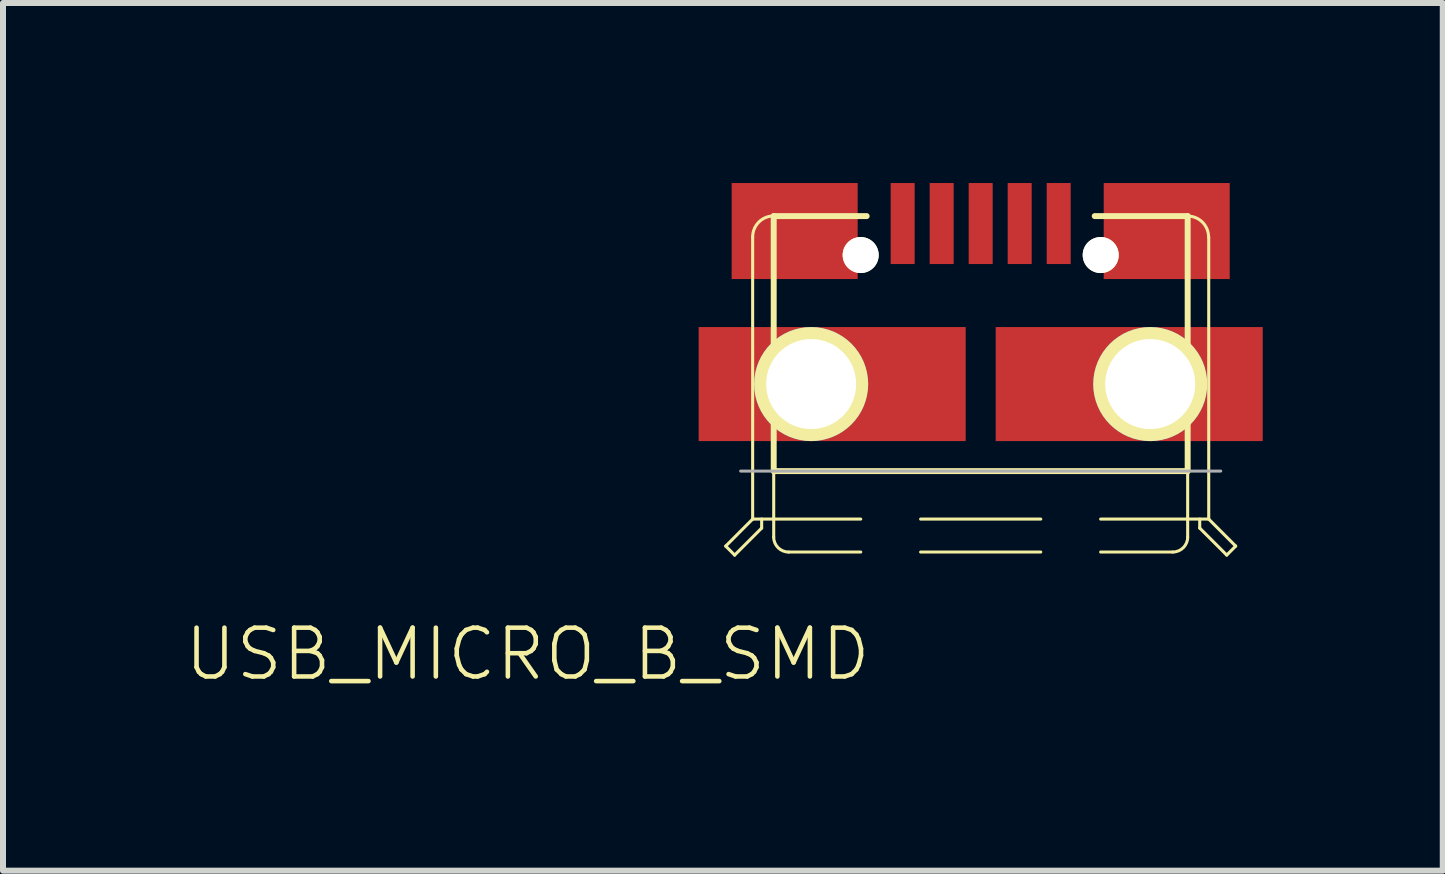
<source format=kicad_pcb>
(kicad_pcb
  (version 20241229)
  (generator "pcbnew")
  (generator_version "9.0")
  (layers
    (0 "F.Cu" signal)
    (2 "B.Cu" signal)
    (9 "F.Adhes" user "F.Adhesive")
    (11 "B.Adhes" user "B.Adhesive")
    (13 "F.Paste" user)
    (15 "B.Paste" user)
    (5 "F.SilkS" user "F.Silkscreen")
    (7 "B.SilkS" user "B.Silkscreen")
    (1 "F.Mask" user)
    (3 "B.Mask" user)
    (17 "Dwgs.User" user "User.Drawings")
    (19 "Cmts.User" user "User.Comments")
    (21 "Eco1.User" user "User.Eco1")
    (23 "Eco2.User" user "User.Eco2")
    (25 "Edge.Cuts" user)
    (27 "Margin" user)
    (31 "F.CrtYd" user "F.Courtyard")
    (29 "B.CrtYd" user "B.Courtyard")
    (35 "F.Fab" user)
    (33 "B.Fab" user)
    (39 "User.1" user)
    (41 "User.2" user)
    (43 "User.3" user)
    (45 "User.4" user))
  (footprint "USB_MICRO_B_SMD"
    (layer "F.Cu")
    (at 13.292 3.35)
    (property "Reference" "USB_MICRO_B_SMD" (at -7.55 4.5 0) (layer "F.SilkS") (effects (font (size 0.813 0.813) (thickness 0.076))))
    (attr through_hole)
    (fp_line (start -4.249 2.7) (end -4.1 2.85) (stroke (width 0.051) (type solid)) (layer "F.SilkS"))
    (fp_line (start -4.1 2.85) (end -3.65 2.4) (stroke (width 0.051) (type solid)) (layer "F.SilkS"))
    (fp_line (start -3.8 -2.451) (end -3.8 2.25) (stroke (width 0.051) (type solid)) (layer "F.SilkS"))
    (fp_line (start -3.8 2.25) (end -4.249 2.7) (stroke (width 0.051) (type solid)) (layer "F.SilkS"))
    (fp_line (start -3.8 2.25) (end -1.999 2.25) (stroke (width 0.051) (type solid)) (layer "F.SilkS"))
    (fp_line (start -3.65 2.4) (end -3.65 2.25) (stroke (width 0.051) (type solid)) (layer "F.SilkS"))
    (fp_line (start -3.449 -2.799) (end -1.9 -2.799) (stroke (width 0.099) (type solid)) (layer "F.SilkS"))
    (fp_line (start -3.449 1.45) (end -3.449 -2.799) (stroke (width 0.099) (type solid)) (layer "F.SilkS"))
    (fp_line (start -3.449 1.45) (end -3.449 2.55) (stroke (width 0.051) (type solid)) (layer "F.SilkS"))
    (fp_line (start -3.449 1.45) (end 3.449 1.45) (stroke (width 0.099) (type solid)) (layer "F.SilkS"))
    (fp_line (start -3.2 2.799) (end -1.999 2.799) (stroke (width 0.051) (type solid)) (layer "F.SilkS"))
    (fp_line (start -1.001 2.25) (end 1.001 2.25) (stroke (width 0.051) (type solid)) (layer "F.SilkS"))
    (fp_line (start -1.001 2.799) (end 1.001 2.799) (stroke (width 0.051) (type solid)) (layer "F.SilkS"))
    (fp_line (start 1.999 2.25) (end 3.8 2.25) (stroke (width 0.051) (type solid)) (layer "F.SilkS"))
    (fp_line (start 1.999 2.799) (end 3.2 2.799) (stroke (width 0.051) (type solid)) (layer "F.SilkS"))
    (fp_line (start 3.449 -2.799) (end 1.9 -2.799) (stroke (width 0.099) (type solid)) (layer "F.SilkS"))
    (fp_line (start 3.449 1.45) (end 3.449 -2.799) (stroke (width 0.099) (type solid)) (layer "F.SilkS"))
    (fp_line (start 3.449 1.45) (end 3.449 2.55) (stroke (width 0.051) (type solid)) (layer "F.SilkS"))
    (fp_line (start 3.65 2.4) (end 3.65 2.25) (stroke (width 0.051) (type solid)) (layer "F.SilkS"))
    (fp_line (start 3.8 -2.451) (end 3.8 2.25) (stroke (width 0.051) (type solid)) (layer "F.SilkS"))
    (fp_line (start 3.8 2.25) (end 4.249 2.7) (stroke (width 0.051) (type solid)) (layer "F.SilkS"))
    (fp_line (start 4.1 2.85) (end 3.65 2.4) (stroke (width 0.051) (type solid)) (layer "F.SilkS"))
    (fp_line (start 4.1 2.85) (end 4.249 2.7) (stroke (width 0.051) (type solid)) (layer "F.SilkS"))
    (fp_arc (start -3.79984 -2.4511) (mid -3.697175 -2.698955) (end -3.44932 -2.80162) (stroke (width 0.0508) (type solid)) (layer "F.SilkS"))
    (fp_arc (start -3.2004 2.79908) (mid -3.376413 2.726173) (end -3.44932 2.55016) (stroke (width 0.0508) (type solid)) (layer "F.SilkS"))
    (fp_arc (start 3.44932 -2.79908) (mid 3.695379 -2.697159) (end 3.7973 -2.4511) (stroke (width 0.0508) (type solid)) (layer "F.SilkS"))
    (fp_arc (start 3.44932 2.55016) (mid 3.376413 2.726173) (end 3.2004 2.79908) (stroke (width 0.0508) (type solid)) (layer "F.SilkS"))
    (fp_line (start -4 1.45) (end 4 1.45) (stroke (width 0.05) (type solid)) (layer "F.Fab"))
    (pad "" thru_hole circle (at -2.825 0) (size 1.9 1.9) (drill 1.5) (layers "*.Cu" "*.Mask" "F.SilkS"))
    (pad "" np_thru_hole circle (at -2 -2.15) (size 0.6 0.6) (drill 0.6) (layers "*.Cu" "*.Mask" "F.SilkS"))
    (pad "" smd rect (at -1.6 0) (size 2.7 1.9) (layers "F.Cu" "F.Mask" "F.Paste"))
    (pad "" smd rect (at 1.6 0) (size 2.7 1.9) (layers "F.Cu" "F.Mask" "F.Paste"))
    (pad "" np_thru_hole circle (at 2 -2.15) (size 0.6 0.6) (drill 0.6) (layers "*.Cu" "*.Mask" "F.SilkS"))
    (pad "" thru_hole circle (at 2.825 0) (size 1.9 1.9) (drill 1.5) (layers "*.Cu" "*.Mask" "F.SilkS"))
    (pad "1" smd rect (at -1.3 -2.675) (size 0.4 1.35) (layers "F.Cu" "F.Mask" "F.Paste"))
    (pad "2" smd rect (at -0.65 -2.675) (size 0.4 1.35) (layers "F.Cu" "F.Mask" "F.Paste"))
    (pad "3" smd rect (at 0 -2.675) (size 0.4 1.35) (layers "F.Cu" "F.Mask" "F.Paste"))
    (pad "4" smd rect (at 0.65 -2.675) (size 0.4 1.35) (layers "F.Cu" "F.Mask" "F.Paste"))
    (pad "4" smd rect (at 1.3 -2.675) (size 0.4 1.35) (layers "F.Cu" "F.Mask" "F.Paste"))
    (pad "6" smd rect (at 3.1 -2.55) (size 2.1 1.6) (layers "F.Cu" "F.Mask" "F.Paste"))
    (pad "7" smd rect (at 3.8 0) (size 1.8 1.9) (layers "F.Cu" "F.Mask" "F.Paste"))
    (pad "8" smd rect (at -3.8 0) (size 1.8 1.9) (layers "F.Cu" "F.Mask" "F.Paste"))
    (pad "9" smd rect (at -3.1 -2.55) (size 2.1 1.6) (layers "F.Cu" "F.Mask" "F.Paste")))
  (gr_rect
    (start -3 -3)
    (end 20.992 11.459)
    (stroke (width 0.1) (type default))
    (fill no)
    (layer "Edge.Cuts")))
</source>
